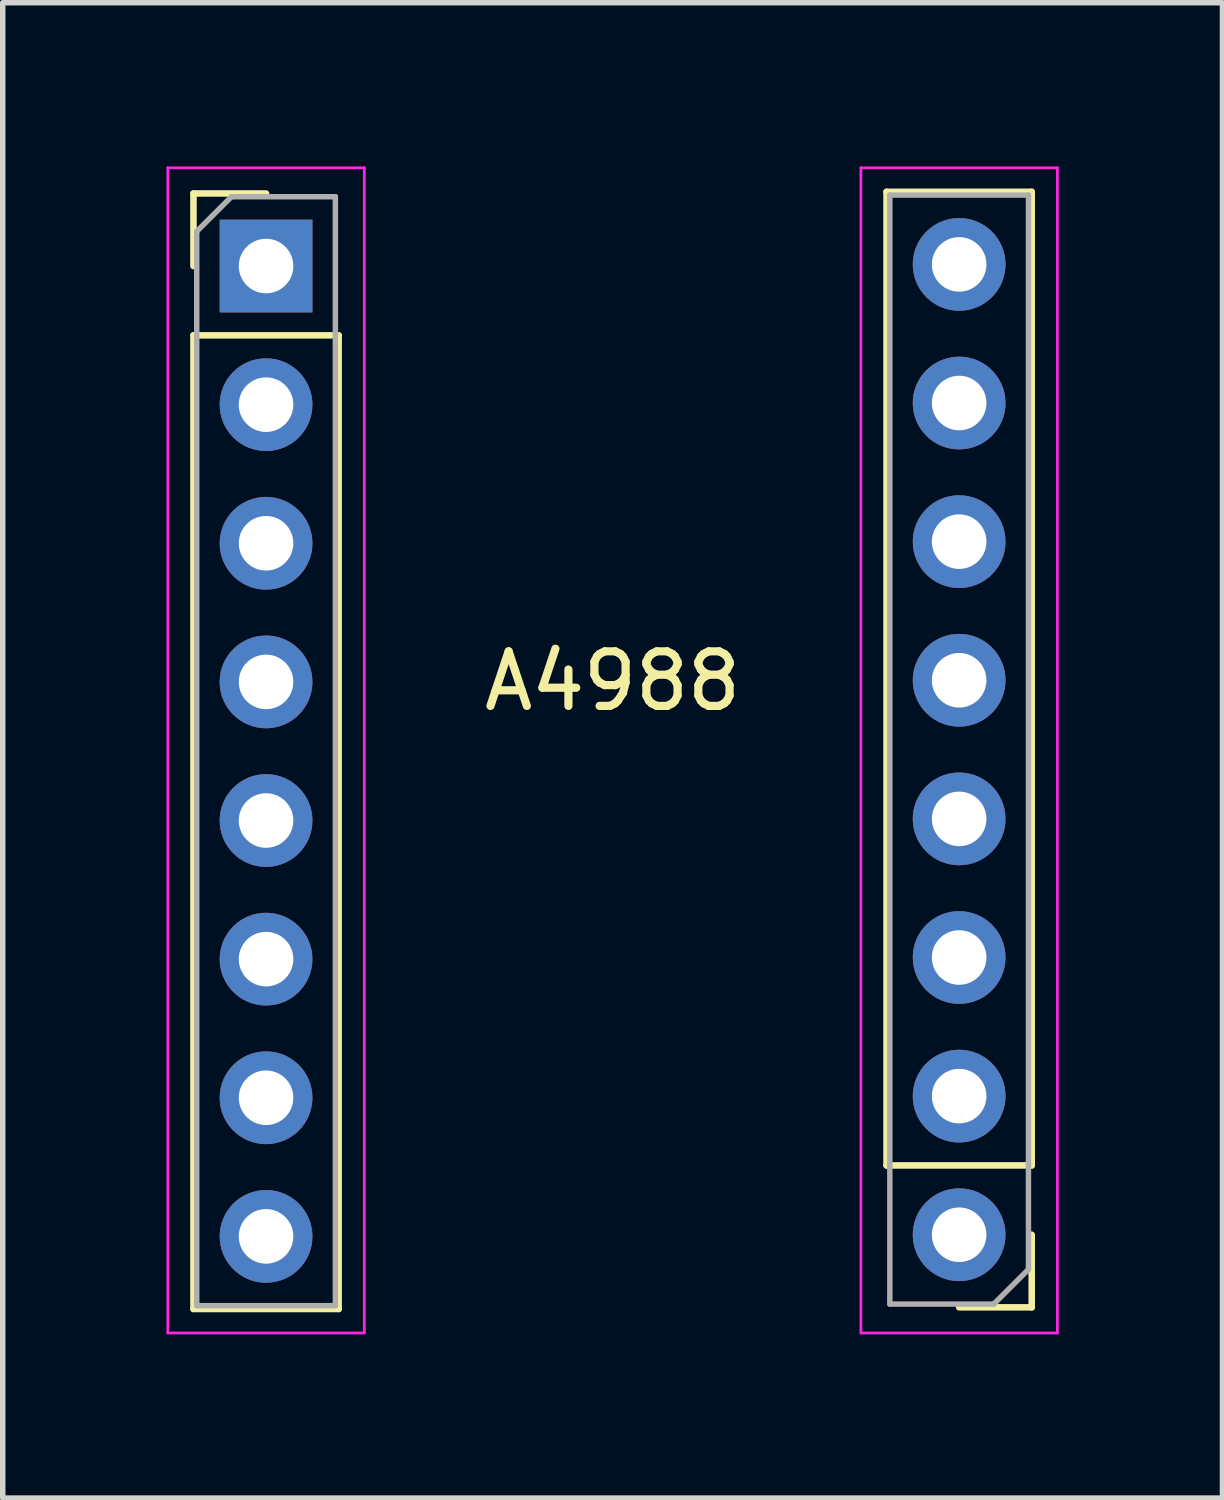
<source format=kicad_pcb>
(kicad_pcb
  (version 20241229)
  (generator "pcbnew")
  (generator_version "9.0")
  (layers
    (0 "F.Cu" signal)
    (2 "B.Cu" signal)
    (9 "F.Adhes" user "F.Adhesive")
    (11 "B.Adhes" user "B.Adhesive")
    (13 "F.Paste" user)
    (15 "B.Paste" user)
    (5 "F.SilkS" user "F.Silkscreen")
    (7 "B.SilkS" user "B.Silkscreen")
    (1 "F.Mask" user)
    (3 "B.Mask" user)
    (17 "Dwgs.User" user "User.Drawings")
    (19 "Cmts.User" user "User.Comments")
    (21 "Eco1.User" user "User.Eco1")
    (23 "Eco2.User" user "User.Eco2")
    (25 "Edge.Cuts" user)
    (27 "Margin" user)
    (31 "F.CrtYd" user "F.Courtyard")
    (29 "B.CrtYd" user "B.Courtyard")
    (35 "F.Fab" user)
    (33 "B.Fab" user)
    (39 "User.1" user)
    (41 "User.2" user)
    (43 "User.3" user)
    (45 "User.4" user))
  (footprint "A4988"
    (layer "F.Cu")
    (at 8.175 10.7)
    (property "Reference" "A4988" (at 0 -1.27 0) (layer "F.SilkS") (effects (font (size 1 1) (thickness 0.15))))
    (attr through_hole)
    (fp_line (start -7.68 -10.205) (end -6.35 -10.205) (stroke (width 0.12) (type solid)) (layer "F.SilkS"))
    (fp_line (start -7.68 -8.875) (end -7.68 -10.205) (stroke (width 0.12) (type solid)) (layer "F.SilkS"))
    (fp_line (start -7.68 -7.605) (end -7.68 10.235) (stroke (width 0.12) (type solid)) (layer "F.SilkS"))
    (fp_line (start -7.68 -7.605) (end -5.02 -7.605) (stroke (width 0.12) (type solid)) (layer "F.SilkS"))
    (fp_line (start -7.68 10.235) (end -5.02 10.235) (stroke (width 0.12) (type solid)) (layer "F.SilkS"))
    (fp_line (start -5.02 -7.605) (end -5.02 10.235) (stroke (width 0.12) (type solid)) (layer "F.SilkS"))
    (fp_line (start 5.02 7.605) (end 5.02 -10.235) (stroke (width 0.12) (type solid)) (layer "F.SilkS"))
    (fp_line (start 7.68 -10.235) (end 5.02 -10.235) (stroke (width 0.12) (type solid)) (layer "F.SilkS"))
    (fp_line (start 7.68 7.605) (end 5.02 7.605) (stroke (width 0.12) (type solid)) (layer "F.SilkS"))
    (fp_line (start 7.68 7.605) (end 7.68 -10.235) (stroke (width 0.12) (type solid)) (layer "F.SilkS"))
    (fp_line (start 7.68 8.875) (end 7.68 10.205) (stroke (width 0.12) (type solid)) (layer "F.SilkS"))
    (fp_line (start 7.68 10.205) (end 6.35 10.205) (stroke (width 0.12) (type solid)) (layer "F.SilkS"))
    (fp_line (start -8.15 -10.675) (end -8.15 10.675) (stroke (width 0.05) (type solid)) (layer "F.CrtYd"))
    (fp_line (start -8.15 10.675) (end -4.55 10.675) (stroke (width 0.05) (type solid)) (layer "F.CrtYd"))
    (fp_line (start -4.55 -10.675) (end -8.15 -10.675) (stroke (width 0.05) (type solid)) (layer "F.CrtYd"))
    (fp_line (start -4.55 10.675) (end -4.55 -10.675) (stroke (width 0.05) (type solid)) (layer "F.CrtYd"))
    (fp_line (start 4.55 -10.675) (end 4.55 10.675) (stroke (width 0.05) (type solid)) (layer "F.CrtYd"))
    (fp_line (start 4.55 10.675) (end 8.15 10.675) (stroke (width 0.05) (type solid)) (layer "F.CrtYd"))
    (fp_line (start 8.15 -10.675) (end 4.55 -10.675) (stroke (width 0.05) (type solid)) (layer "F.CrtYd"))
    (fp_line (start 8.15 10.675) (end 8.15 -10.675) (stroke (width 0.05) (type solid)) (layer "F.CrtYd"))
    (fp_line (start -7.62 -9.51) (end -6.985 -10.145) (stroke (width 0.1) (type solid)) (layer "F.Fab"))
    (fp_line (start -7.62 10.175) (end -7.62 -9.51) (stroke (width 0.1) (type solid)) (layer "F.Fab"))
    (fp_line (start -6.985 -10.145) (end -5.08 -10.145) (stroke (width 0.1) (type solid)) (layer "F.Fab"))
    (fp_line (start -5.08 -10.145) (end -5.08 10.175) (stroke (width 0.1) (type solid)) (layer "F.Fab"))
    (fp_line (start -5.08 10.175) (end -7.62 10.175) (stroke (width 0.1) (type solid)) (layer "F.Fab"))
    (fp_line (start 5.08 -10.175) (end 7.62 -10.175) (stroke (width 0.1) (type solid)) (layer "F.Fab"))
    (fp_line (start 5.08 10.145) (end 5.08 -10.175) (stroke (width 0.1) (type solid)) (layer "F.Fab"))
    (fp_line (start 6.985 10.145) (end 5.08 10.145) (stroke (width 0.1) (type solid)) (layer "F.Fab"))
    (fp_line (start 7.62 -10.175) (end 7.62 9.51) (stroke (width 0.1) (type solid)) (layer "F.Fab"))
    (fp_line (start 7.62 9.51) (end 6.985 10.145) (stroke (width 0.1) (type solid)) (layer "F.Fab"))
    (pad "1" thru_hole rect (at -6.35 -8.875) (size 1.7 1.7) (drill 1) (layers "*.Cu" "*.Mask"))
    (pad "2" thru_hole oval (at -6.35 -6.335) (size 1.7 1.7) (drill 1) (layers "*.Cu" "*.Mask"))
    (pad "3" thru_hole oval (at -6.35 -3.795) (size 1.7 1.7) (drill 1) (layers "*.Cu" "*.Mask"))
    (pad "4" thru_hole oval (at -6.35 -1.255) (size 1.7 1.7) (drill 1) (layers "*.Cu" "*.Mask"))
    (pad "5" thru_hole oval (at -6.35 1.285) (size 1.7 1.7) (drill 1) (layers "*.Cu" "*.Mask"))
    (pad "6" thru_hole oval (at -6.35 3.825) (size 1.7 1.7) (drill 1) (layers "*.Cu" "*.Mask"))
    (pad "7" thru_hole oval (at -6.35 6.365) (size 1.7 1.7) (drill 1) (layers "*.Cu" "*.Mask"))
    (pad "8" thru_hole oval (at -6.35 8.905) (size 1.7 1.7) (drill 1) (layers "*.Cu" "*.Mask"))
    (pad "9" thru_hole circle (at 6.35 8.875 180) (size 1.7 1.7) (drill 1) (layers "*.Cu" "*.Mask"))
    (pad "10" thru_hole oval (at 6.35 6.335 180) (size 1.7 1.7) (drill 1) (layers "*.Cu" "*.Mask"))
    (pad "11" thru_hole oval (at 6.35 3.795 180) (size 1.7 1.7) (drill 1) (layers "*.Cu" "*.Mask"))
    (pad "12" thru_hole oval (at 6.35 1.255 180) (size 1.7 1.7) (drill 1) (layers "*.Cu" "*.Mask"))
    (pad "13" thru_hole oval (at 6.35 -1.285 180) (size 1.7 1.7) (drill 1) (layers "*.Cu" "*.Mask"))
    (pad "14" thru_hole oval (at 6.35 -3.825 180) (size 1.7 1.7) (drill 1) (layers "*.Cu" "*.Mask"))
    (pad "15" thru_hole oval (at 6.35 -6.365 180) (size 1.7 1.7) (drill 1) (layers "*.Cu" "*.Mask"))
    (pad "16" thru_hole oval (at 6.35 -8.905 180) (size 1.7 1.7) (drill 1) (layers "*.Cu" "*.Mask")))
  (gr_rect
    (start -3 -3)
    (end 19.35 24.4)
    (stroke (width 0.1) (type default))
    (fill no)
    (layer "Edge.Cuts")))
</source>
